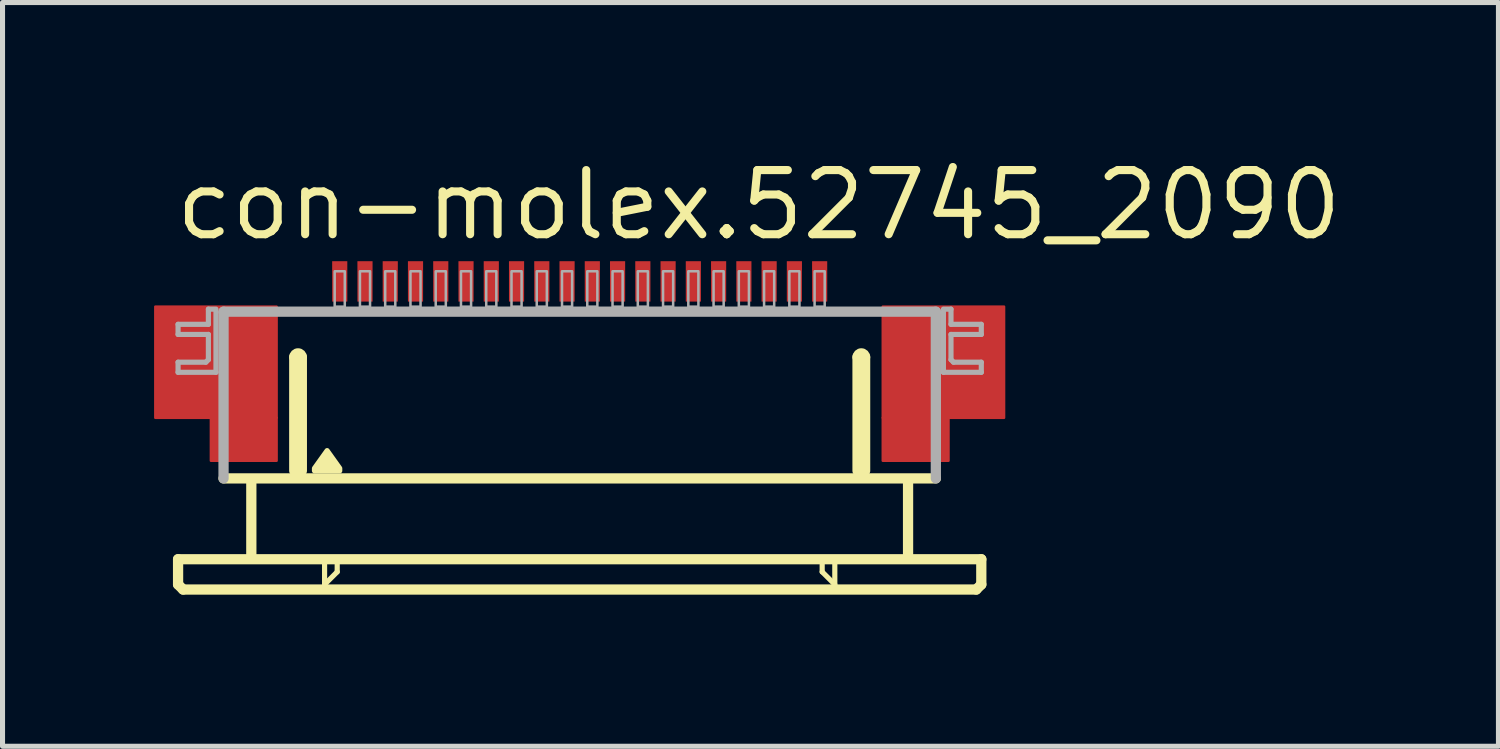
<source format=kicad_pcb>
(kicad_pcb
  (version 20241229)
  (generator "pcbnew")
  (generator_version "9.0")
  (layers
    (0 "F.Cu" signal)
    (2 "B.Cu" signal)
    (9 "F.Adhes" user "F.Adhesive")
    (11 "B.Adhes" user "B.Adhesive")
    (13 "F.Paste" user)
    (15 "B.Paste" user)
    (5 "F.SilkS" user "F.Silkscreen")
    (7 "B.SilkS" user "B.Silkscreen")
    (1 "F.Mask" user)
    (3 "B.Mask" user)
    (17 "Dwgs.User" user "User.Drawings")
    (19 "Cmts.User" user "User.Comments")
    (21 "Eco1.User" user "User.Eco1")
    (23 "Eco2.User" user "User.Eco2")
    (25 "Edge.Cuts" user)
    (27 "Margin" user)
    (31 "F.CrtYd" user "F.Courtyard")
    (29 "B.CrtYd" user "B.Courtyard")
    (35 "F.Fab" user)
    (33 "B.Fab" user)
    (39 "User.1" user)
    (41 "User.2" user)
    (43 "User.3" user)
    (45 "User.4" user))
  (footprint "con-molex.52745_2090"
    (layer "F.Cu")
    (at 8.425 5.02)
    (property "Reference" "con-molex.52745_2090" (at -8.08 -3.27 0) (layer "F.SilkS") (effects (font (size 1.27 1.27) (thickness 0.16)) (justify left bottom)))
    (attr smd)
    (fp_rect (start -8.4 0.2) (end -6 -2) (stroke (width 0.05) (type default)) (fill yes) (layer "F.Cu"))
    (fp_rect (start -7.3 1.05) (end -6 0.2) (stroke (width 0.05) (type default)) (fill yes) (layer "F.Cu"))
    (fp_rect (start 6 0.2) (end 8.4 -2) (stroke (width 0.05) (type default)) (fill yes) (layer "F.Cu"))
    (fp_rect (start 6 1.05) (end 7.3 0.2) (stroke (width 0.05) (type default)) (fill yes) (layer "F.Cu"))
    (fp_rect (start -8.4 0.2) (end -7.25 -2) (stroke (width 0.05) (type default)) (fill yes) (layer "F.Mask"))
    (fp_rect (start -7.3 1.05) (end -6 -2) (stroke (width 0.05) (type default)) (fill yes) (layer "F.Mask"))
    (fp_rect (start 6 1.05) (end 7.3 -2) (stroke (width 0.05) (type default)) (fill yes) (layer "F.Mask"))
    (fp_rect (start 7.25 0.2) (end 8.4 -2) (stroke (width 0.05) (type default)) (fill yes) (layer "F.Mask"))
    (fp_line (start -7.95 3) (end -7.95 3.5) (stroke (width 0.203) (type default)) (layer "F.SilkS"))
    (fp_line (start -7.95 3.5) (end -7.85 3.6) (stroke (width 0.203) (type default)) (layer "F.SilkS"))
    (fp_line (start -7.85 3.6) (end 7.85 3.6) (stroke (width 0.203) (type default)) (layer "F.SilkS"))
    (fp_line (start -6.5 1.5) (end -6.5 2.9) (stroke (width 0.203) (type default)) (layer "F.SilkS"))
    (fp_line (start -5.65 1.25) (end -5.65 -1) (stroke (width 0.203) (type default)) (layer "F.SilkS"))
    (fp_line (start -5.5 -1) (end -5.5 1.25) (stroke (width 0.203) (type default)) (layer "F.SilkS"))
    (fp_line (start -5.05 3.1) (end -5.05 3.5) (stroke (width 0.102) (type default)) (layer "F.SilkS"))
    (fp_line (start -5.05 3.5) (end -4.8 3.25) (stroke (width 0.102) (type default)) (layer "F.SilkS"))
    (fp_line (start -4.8 3.25) (end -4.8 3.1) (stroke (width 0.102) (type default)) (layer "F.SilkS"))
    (fp_line (start 4.8 3.1) (end 4.8 3.25) (stroke (width 0.102) (type default)) (layer "F.SilkS"))
    (fp_line (start 4.8 3.25) (end 5.05 3.5) (stroke (width 0.102) (type default)) (layer "F.SilkS"))
    (fp_line (start 5.05 3.5) (end 5.05 3.1) (stroke (width 0.102) (type default)) (layer "F.SilkS"))
    (fp_line (start 5.5 1.25) (end 5.5 -1) (stroke (width 0.203) (type default)) (layer "F.SilkS"))
    (fp_line (start 5.65 -1) (end 5.65 1.25) (stroke (width 0.203) (type default)) (layer "F.SilkS"))
    (fp_line (start 6.5 1.5) (end 6.5 2.9) (stroke (width 0.203) (type default)) (layer "F.SilkS"))
    (fp_line (start 7.05 1.4) (end -7.05 1.4) (stroke (width 0.203) (type default)) (layer "F.SilkS"))
    (fp_line (start 7.85 3.6) (end 7.95 3.5) (stroke (width 0.203) (type default)) (layer "F.SilkS"))
    (fp_line (start 7.95 3) (end -7.95 3) (stroke (width 0.203) (type default)) (layer "F.SilkS"))
    (fp_line (start 7.95 3.5) (end 7.95 3) (stroke (width 0.203) (type default)) (layer "F.SilkS"))
    (fp_arc (start -5.65 -1) (mid -5.575 -1.075) (end -5.5 -1) (stroke (width 0.2032) (type default)) (layer "F.SilkS"))
    (fp_arc (start 5.5 -1) (mid 5.575 -1.075) (end 5.65 -1) (stroke (width 0.2032) (type default)) (layer "F.SilkS"))
    (fp_poly (pts (xy -5.25 1.25) (xy -5.25 1.2) (xy -5 0.85) (xy -4.75 1.2) (xy -4.75 1.25)) (stroke (width 0.102) (type default)) (fill yes) (layer "F.SilkS"))
    (fp_rect (start -8.2 0.05) (end -6.2 -1.85) (stroke (width 0.05) (type default)) (fill yes) (layer "F.Paste"))
    (fp_rect (start 6.2 0.05) (end 8.2 -1.85) (stroke (width 0.05) (type default)) (fill yes) (layer "F.Paste"))
    (fp_line (start -7.95 -1.65) (end -7.95 -1.45) (stroke (width 0.102) (type default)) (layer "F.Fab"))
    (fp_line (start -7.95 -1.45) (end -7.35 -1.45) (stroke (width 0.102) (type default)) (layer "F.Fab"))
    (fp_line (start -7.95 -0.9) (end -7.95 -0.7) (stroke (width 0.102) (type default)) (layer "F.Fab"))
    (fp_line (start -7.95 -0.7) (end -7.2 -0.7) (stroke (width 0.102) (type default)) (layer "F.Fab"))
    (fp_line (start -7.4 -0.9) (end -7.95 -0.9) (stroke (width 0.102) (type default)) (layer "F.Fab"))
    (fp_line (start -7.35 -1.95) (end -7.35 -1.65) (stroke (width 0.102) (type default)) (layer "F.Fab"))
    (fp_line (start -7.35 -1.65) (end -7.95 -1.65) (stroke (width 0.102) (type default)) (layer "F.Fab"))
    (fp_line (start -7.35 -1.45) (end -7.35 -0.95) (stroke (width 0.102) (type default)) (layer "F.Fab"))
    (fp_line (start -7.35 -0.95) (end -7.4 -0.9) (stroke (width 0.102) (type default)) (layer "F.Fab"))
    (fp_line (start -7.2 -1.95) (end -7.35 -1.95) (stroke (width 0.102) (type default)) (layer "F.Fab"))
    (fp_line (start -7.2 -0.7) (end -7.2 -1.9) (stroke (width 0.102) (type default)) (layer "F.Fab"))
    (fp_line (start -7.05 -1.9) (end 7.05 -1.9) (stroke (width 0.203) (type default)) (layer "F.Fab"))
    (fp_line (start -7.05 1.4) (end -7.05 -1.9) (stroke (width 0.203) (type default)) (layer "F.Fab"))
    (fp_line (start 7.05 -1.9) (end 7.05 1.4) (stroke (width 0.203) (type default)) (layer "F.Fab"))
    (fp_line (start 7.2 -1.95) (end 7.35 -1.95) (stroke (width 0.102) (type default)) (layer "F.Fab"))
    (fp_line (start 7.2 -0.7) (end 7.2 -1.9) (stroke (width 0.102) (type default)) (layer "F.Fab"))
    (fp_line (start 7.35 -1.95) (end 7.35 -1.65) (stroke (width 0.102) (type default)) (layer "F.Fab"))
    (fp_line (start 7.35 -1.65) (end 7.95 -1.65) (stroke (width 0.102) (type default)) (layer "F.Fab"))
    (fp_line (start 7.35 -1.45) (end 7.35 -0.95) (stroke (width 0.102) (type default)) (layer "F.Fab"))
    (fp_line (start 7.35 -0.95) (end 7.4 -0.9) (stroke (width 0.102) (type default)) (layer "F.Fab"))
    (fp_line (start 7.4 -0.9) (end 7.95 -0.9) (stroke (width 0.102) (type default)) (layer "F.Fab"))
    (fp_line (start 7.95 -1.65) (end 7.95 -1.45) (stroke (width 0.102) (type default)) (layer "F.Fab"))
    (fp_line (start 7.95 -1.45) (end 7.35 -1.45) (stroke (width 0.102) (type default)) (layer "F.Fab"))
    (fp_line (start 7.95 -0.9) (end 7.95 -0.7) (stroke (width 0.102) (type default)) (layer "F.Fab"))
    (fp_line (start 7.95 -0.7) (end 7.2 -0.7) (stroke (width 0.102) (type default)) (layer "F.Fab"))
    (fp_rect (start -4.85 -2) (end -4.65 -2.7) (stroke (width 0.05) (type default)) (fill no) (layer "F.Fab"))
    (fp_rect (start -4.35 -2) (end -4.15 -2.7) (stroke (width 0.05) (type default)) (fill no) (layer "F.Fab"))
    (fp_rect (start -3.85 -2) (end -3.65 -2.7) (stroke (width 0.05) (type default)) (fill no) (layer "F.Fab"))
    (fp_rect (start -3.35 -2) (end -3.15 -2.7) (stroke (width 0.05) (type default)) (fill no) (layer "F.Fab"))
    (fp_rect (start -2.85 -2) (end -2.65 -2.7) (stroke (width 0.05) (type default)) (fill no) (layer "F.Fab"))
    (fp_rect (start -2.35 -2) (end -2.15 -2.7) (stroke (width 0.05) (type default)) (fill no) (layer "F.Fab"))
    (fp_rect (start -1.85 -2) (end -1.65 -2.7) (stroke (width 0.05) (type default)) (fill no) (layer "F.Fab"))
    (fp_rect (start -1.35 -2) (end -1.15 -2.7) (stroke (width 0.05) (type default)) (fill no) (layer "F.Fab"))
    (fp_rect (start -0.85 -2) (end -0.65 -2.7) (stroke (width 0.05) (type default)) (fill no) (layer "F.Fab"))
    (fp_rect (start -0.35 -2) (end -0.15 -2.7) (stroke (width 0.05) (type default)) (fill no) (layer "F.Fab"))
    (fp_rect (start 0.15 -2) (end 0.35 -2.7) (stroke (width 0.05) (type default)) (fill no) (layer "F.Fab"))
    (fp_rect (start 0.65 -2) (end 0.85 -2.7) (stroke (width 0.05) (type default)) (fill no) (layer "F.Fab"))
    (fp_rect (start 1.15 -2) (end 1.35 -2.7) (stroke (width 0.05) (type default)) (fill no) (layer "F.Fab"))
    (fp_rect (start 1.65 -2) (end 1.85 -2.7) (stroke (width 0.05) (type default)) (fill no) (layer "F.Fab"))
    (fp_rect (start 2.15 -2) (end 2.35 -2.7) (stroke (width 0.05) (type default)) (fill no) (layer "F.Fab"))
    (fp_rect (start 2.65 -2) (end 2.85 -2.7) (stroke (width 0.05) (type default)) (fill no) (layer "F.Fab"))
    (fp_rect (start 3.15 -2) (end 3.35 -2.7) (stroke (width 0.05) (type default)) (fill no) (layer "F.Fab"))
    (fp_rect (start 3.65 -2) (end 3.85 -2.7) (stroke (width 0.05) (type default)) (fill no) (layer "F.Fab"))
    (fp_rect (start 4.15 -2) (end 4.35 -2.7) (stroke (width 0.05) (type default)) (fill no) (layer "F.Fab"))
    (fp_rect (start 4.65 -2) (end 4.85 -2.7) (stroke (width 0.05) (type default)) (fill no) (layer "F.Fab"))
    (pad "1" smd roundrect (at -4.75 -2.5) (size 0.3 0.8) (layers "F.Cu" "F.Mask" "F.Paste") (roundrect_rratio 0.01))
    (pad "2" smd roundrect (at -4.25 -2.5) (size 0.3 0.8) (layers "F.Cu" "F.Mask" "F.Paste") (roundrect_rratio 0.01))
    (pad "3" smd roundrect (at -3.75 -2.5) (size 0.3 0.8) (layers "F.Cu" "F.Mask" "F.Paste") (roundrect_rratio 0.01))
    (pad "4" smd roundrect (at -3.25 -2.5) (size 0.3 0.8) (layers "F.Cu" "F.Mask" "F.Paste") (roundrect_rratio 0.01))
    (pad "5" smd roundrect (at -2.75 -2.5) (size 0.3 0.8) (layers "F.Cu" "F.Mask" "F.Paste") (roundrect_rratio 0.01))
    (pad "6" smd roundrect (at -2.25 -2.5) (size 0.3 0.8) (layers "F.Cu" "F.Mask" "F.Paste") (roundrect_rratio 0.01))
    (pad "7" smd roundrect (at -1.75 -2.5) (size 0.3 0.8) (layers "F.Cu" "F.Mask" "F.Paste") (roundrect_rratio 0.01))
    (pad "8" smd roundrect (at -1.25 -2.5) (size 0.3 0.8) (layers "F.Cu" "F.Mask" "F.Paste") (roundrect_rratio 0.01))
    (pad "9" smd roundrect (at -0.75 -2.5) (size 0.3 0.8) (layers "F.Cu" "F.Mask" "F.Paste") (roundrect_rratio 0.01))
    (pad "10" smd roundrect (at -0.25 -2.5) (size 0.3 0.8) (layers "F.Cu" "F.Mask" "F.Paste") (roundrect_rratio 0.01))
    (pad "11" smd roundrect (at 0.25 -2.5) (size 0.3 0.8) (layers "F.Cu" "F.Mask" "F.Paste") (roundrect_rratio 0.01))
    (pad "12" smd roundrect (at 0.75 -2.5) (size 0.3 0.8) (layers "F.Cu" "F.Mask" "F.Paste") (roundrect_rratio 0.01))
    (pad "13" smd roundrect (at 1.25 -2.5) (size 0.3 0.8) (layers "F.Cu" "F.Mask" "F.Paste") (roundrect_rratio 0.01))
    (pad "14" smd roundrect (at 1.75 -2.5) (size 0.3 0.8) (layers "F.Cu" "F.Mask" "F.Paste") (roundrect_rratio 0.01))
    (pad "15" smd roundrect (at 2.25 -2.5) (size 0.3 0.8) (layers "F.Cu" "F.Mask" "F.Paste") (roundrect_rratio 0.01))
    (pad "16" smd roundrect (at 2.75 -2.5) (size 0.3 0.8) (layers "F.Cu" "F.Mask" "F.Paste") (roundrect_rratio 0.01))
    (pad "17" smd roundrect (at 3.25 -2.5) (size 0.3 0.8) (layers "F.Cu" "F.Mask" "F.Paste") (roundrect_rratio 0.01))
    (pad "18" smd roundrect (at 3.75 -2.5) (size 0.3 0.8) (layers "F.Cu" "F.Mask" "F.Paste") (roundrect_rratio 0.01))
    (pad "19" smd roundrect (at 4.25 -2.5) (size 0.3 0.8) (layers "F.Cu" "F.Mask" "F.Paste") (roundrect_rratio 0.01))
    (pad "20" smd roundrect (at 4.75 -2.5) (size 0.3 0.8) (layers "F.Cu" "F.Mask" "F.Paste") (roundrect_rratio 0.01)))
  (gr_rect
    (start -3 -3)
    (end 26.612 11.722)
    (stroke (width 0.1) (type default))
    (fill no)
    (layer "Edge.Cuts")))
</source>
